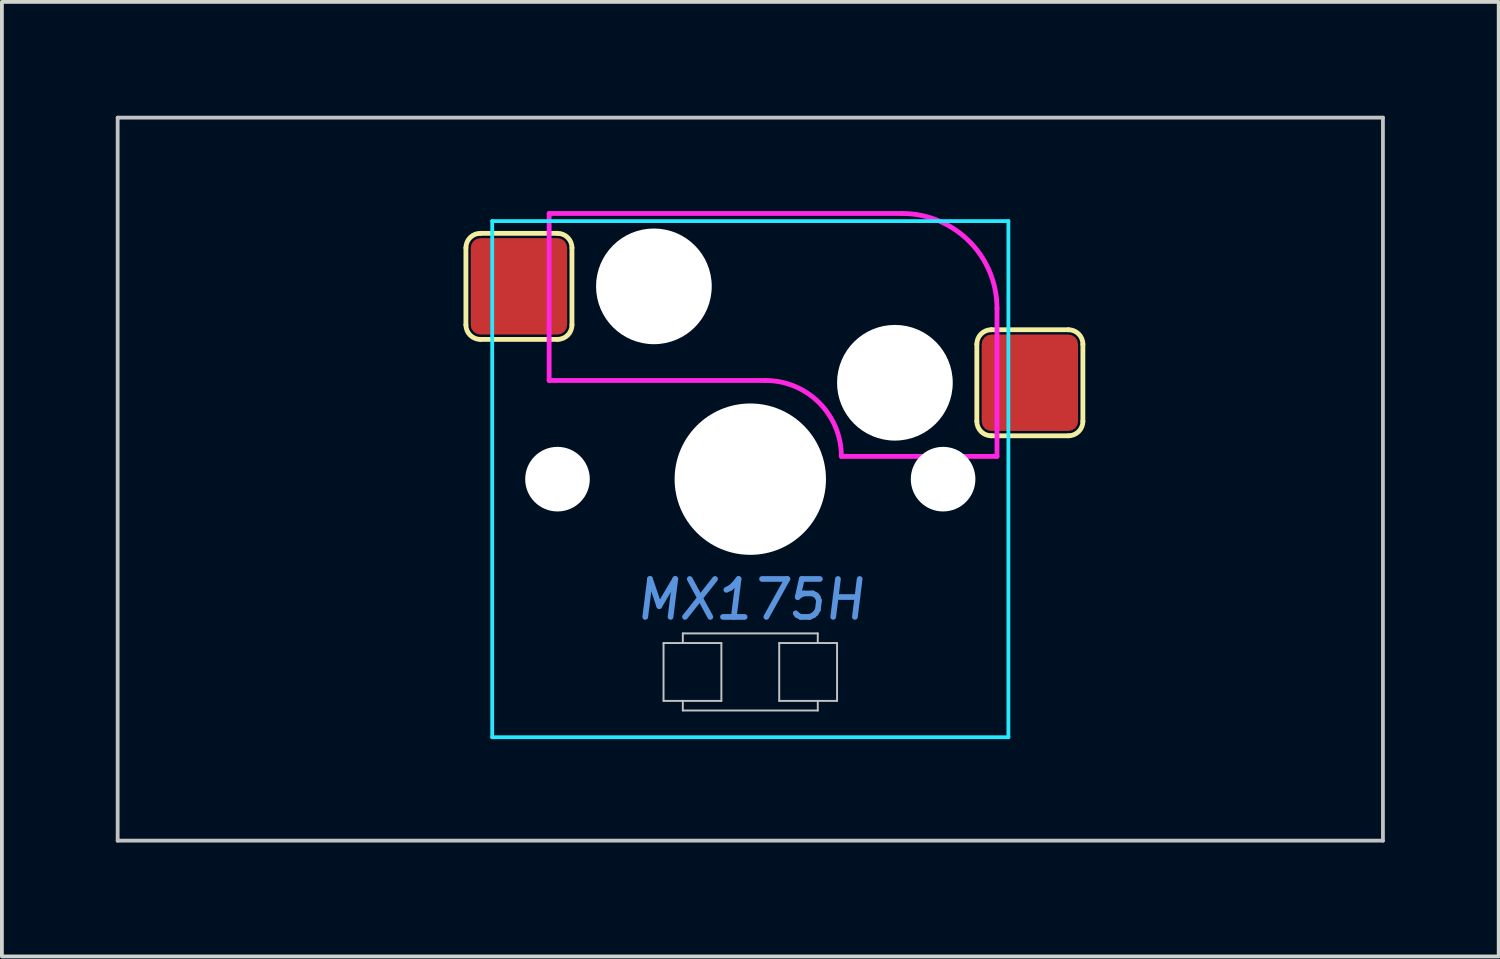
<source format=kicad_pcb>
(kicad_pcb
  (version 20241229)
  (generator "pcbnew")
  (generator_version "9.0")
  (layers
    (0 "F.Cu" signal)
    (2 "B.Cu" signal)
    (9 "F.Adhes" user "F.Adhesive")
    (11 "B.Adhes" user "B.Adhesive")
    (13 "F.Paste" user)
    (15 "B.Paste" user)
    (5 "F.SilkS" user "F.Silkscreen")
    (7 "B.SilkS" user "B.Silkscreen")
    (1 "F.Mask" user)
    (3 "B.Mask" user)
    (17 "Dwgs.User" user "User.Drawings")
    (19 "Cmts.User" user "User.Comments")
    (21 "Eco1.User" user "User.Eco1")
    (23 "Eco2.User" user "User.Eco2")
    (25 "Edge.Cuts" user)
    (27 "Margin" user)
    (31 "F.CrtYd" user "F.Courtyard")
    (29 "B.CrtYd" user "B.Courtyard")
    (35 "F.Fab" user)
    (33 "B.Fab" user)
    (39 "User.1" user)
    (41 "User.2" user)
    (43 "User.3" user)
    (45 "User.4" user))
  (footprint "MX175H"
    (layer "F.Cu")
    (at 16.719 9.575)
    (property "Reference" "MX175H" (at 0 3.175 0) (layer "Cmts.User") (effects (font (size 1 1) (thickness 0.15) (italic yes))))
    (attr smd)
    (fp_line (start -7.493 -6.096) (end -7.493 -4.064) (stroke (width 0.127) (type solid)) (layer "F.SilkS"))
    (fp_line (start -5.08 -6.477) (end -7.112 -6.477) (stroke (width 0.127) (type solid)) (layer "F.SilkS"))
    (fp_line (start -5.08 -3.683) (end -7.112 -3.683) (stroke (width 0.127) (type solid)) (layer "F.SilkS"))
    (fp_line (start -4.699 -6.096) (end -4.699 -4.064) (stroke (width 0.127) (type solid)) (layer "F.SilkS"))
    (fp_line (start 5.969 -3.556) (end 5.969 -1.524) (stroke (width 0.127) (type solid)) (layer "F.SilkS"))
    (fp_line (start 8.382 -3.937) (end 6.35 -3.937) (stroke (width 0.127) (type solid)) (layer "F.SilkS"))
    (fp_line (start 8.382 -1.143) (end 6.35 -1.143) (stroke (width 0.127) (type solid)) (layer "F.SilkS"))
    (fp_line (start 8.763 -3.556) (end 8.763 -1.524) (stroke (width 0.127) (type solid)) (layer "F.SilkS"))
    (fp_arc (start -7.493 -6.096) (mid -7.381408 -6.365408) (end -7.112 -6.477) (stroke (width 0.127) (type solid)) (layer "F.SilkS"))
    (fp_arc (start -7.112 -3.683) (mid -7.381408 -3.794592) (end -7.493 -4.064) (stroke (width 0.127) (type solid)) (layer "F.SilkS"))
    (fp_arc (start -5.08 -6.477) (mid -4.810592 -6.365408) (end -4.699 -6.096) (stroke (width 0.127) (type solid)) (layer "F.SilkS"))
    (fp_arc (start -4.699 -4.064) (mid -4.810592 -3.794592) (end -5.08 -3.683) (stroke (width 0.127) (type solid)) (layer "F.SilkS"))
    (fp_arc (start 5.969 -3.556) (mid 6.080592 -3.825408) (end 6.35 -3.937) (stroke (width 0.127) (type solid)) (layer "F.SilkS"))
    (fp_arc (start 6.35 -1.143) (mid 6.080592 -1.254592) (end 5.969 -1.524) (stroke (width 0.127) (type solid)) (layer "F.SilkS"))
    (fp_arc (start 8.382 -3.937) (mid 8.651408 -3.825408) (end 8.763 -3.556) (stroke (width 0.127) (type solid)) (layer "F.SilkS"))
    (fp_arc (start 8.763 -1.524) (mid 8.651408 -1.254592) (end 8.382 -1.143) (stroke (width 0.127) (type solid)) (layer "F.SilkS"))
    (fp_line (start -16.669 -9.525) (end -16.669 9.525) (stroke (width 0.1) (type solid)) (layer "Dwgs.User"))
    (fp_line (start -16.669 -9.525) (end 16.669 -9.525) (stroke (width 0.1) (type solid)) (layer "Dwgs.User"))
    (fp_line (start -16.669 9.525) (end 16.669 9.525) (stroke (width 0.1) (type solid)) (layer "Dwgs.User"))
    (fp_line (start -2.286 4.318) (end -2.286 5.842) (stroke (width 0.051) (type solid)) (layer "Dwgs.User"))
    (fp_line (start -2.286 5.842) (end -0.762 5.842) (stroke (width 0.051) (type solid)) (layer "Dwgs.User"))
    (fp_line (start -1.778 4.064) (end -1.778 4.318) (stroke (width 0.051) (type solid)) (layer "Dwgs.User"))
    (fp_line (start -1.778 6.096) (end -1.778 5.842) (stroke (width 0.051) (type solid)) (layer "Dwgs.User"))
    (fp_line (start -1.778 6.096) (end 1.778 6.096) (stroke (width 0.051) (type solid)) (layer "Dwgs.User"))
    (fp_line (start -0.762 4.318) (end -2.286 4.318) (stroke (width 0.051) (type solid)) (layer "Dwgs.User"))
    (fp_line (start -0.762 5.842) (end -0.762 4.318) (stroke (width 0.051) (type solid)) (layer "Dwgs.User"))
    (fp_line (start 0.762 4.318) (end 2.286 4.318) (stroke (width 0.051) (type solid)) (layer "Dwgs.User"))
    (fp_line (start 0.762 5.842) (end 0.762 4.318) (stroke (width 0.051) (type solid)) (layer "Dwgs.User"))
    (fp_line (start 1.778 4.064) (end -1.778 4.064) (stroke (width 0.051) (type solid)) (layer "Dwgs.User"))
    (fp_line (start 1.778 4.318) (end 1.778 4.064) (stroke (width 0.051) (type solid)) (layer "Dwgs.User"))
    (fp_line (start 1.778 6.096) (end 1.778 5.842) (stroke (width 0.051) (type solid)) (layer "Dwgs.User"))
    (fp_line (start 2.286 4.318) (end 2.286 5.842) (stroke (width 0.051) (type solid)) (layer "Dwgs.User"))
    (fp_line (start 2.286 5.842) (end 0.762 5.842) (stroke (width 0.051) (type solid)) (layer "Dwgs.User"))
    (fp_line (start 16.669 9.525) (end 16.669 -9.525) (stroke (width 0.1) (type solid)) (layer "Dwgs.User"))
    (fp_line (start -8.001 -5.715) (end -8.001 -3.175) (stroke (width 0.1) (type solid)) (layer "Eco1.User"))
    (fp_line (start -8.001 5.715) (end -8.001 3.175) (stroke (width 0.1) (type solid)) (layer "Eco1.User"))
    (fp_line (start -7.747 -5.969) (end -7.239 -5.969) (stroke (width 0.1) (type solid)) (layer "Eco1.User"))
    (fp_line (start -7.747 -2.921) (end -7.239 -2.921) (stroke (width 0.1) (type solid)) (layer "Eco1.User"))
    (fp_line (start -7.747 2.921) (end -7.239 2.921) (stroke (width 0.1) (type solid)) (layer "Eco1.User"))
    (fp_line (start -7.747 5.969) (end -7.239 5.969) (stroke (width 0.1) (type solid)) (layer "Eco1.User"))
    (fp_line (start -6.985 -6.223) (end -6.985 -6.731) (stroke (width 0.1) (type solid)) (layer "Eco1.User"))
    (fp_line (start -6.985 -2.667) (end -6.985 2.667) (stroke (width 0.1) (type solid)) (layer "Eco1.User"))
    (fp_line (start -6.985 6.223) (end -6.985 6.731) (stroke (width 0.1) (type solid)) (layer "Eco1.User"))
    (fp_line (start -2.159 0) (end 2.159 0) (stroke (width 0.1) (type solid)) (layer "Eco1.User"))
    (fp_line (start 0 -2.286) (end 0 2.286) (stroke (width 0.1) (type solid)) (layer "Eco1.User"))
    (fp_line (start 6.731 -6.985) (end -6.731 -6.985) (stroke (width 0.1) (type solid)) (layer "Eco1.User"))
    (fp_line (start 6.731 6.985) (end -6.731 6.985) (stroke (width 0.1) (type solid)) (layer "Eco1.User"))
    (fp_line (start 6.985 -6.223) (end 6.985 -6.731) (stroke (width 0.1) (type solid)) (layer "Eco1.User"))
    (fp_line (start 6.985 2.667) (end 6.985 -2.667) (stroke (width 0.1) (type solid)) (layer "Eco1.User"))
    (fp_line (start 6.985 6.223) (end 6.985 6.731) (stroke (width 0.1) (type solid)) (layer "Eco1.User"))
    (fp_line (start 7.747 -5.969) (end 7.239 -5.969) (stroke (width 0.1) (type solid)) (layer "Eco1.User"))
    (fp_line (start 7.747 -2.921) (end 7.239 -2.921) (stroke (width 0.1) (type solid)) (layer "Eco1.User"))
    (fp_line (start 7.747 2.921) (end 7.239 2.921) (stroke (width 0.1) (type solid)) (layer "Eco1.User"))
    (fp_line (start 7.747 5.969) (end 7.239 5.969) (stroke (width 0.1) (type solid)) (layer "Eco1.User"))
    (fp_line (start 8.001 -5.715) (end 8.001 -3.175) (stroke (width 0.1) (type solid)) (layer "Eco1.User"))
    (fp_line (start 8.001 5.715) (end 8.001 3.175) (stroke (width 0.1) (type solid)) (layer "Eco1.User"))
    (fp_arc (start -8.001 -5.715) (mid -7.926605 -5.894605) (end -7.747 -5.969) (stroke (width 0.1) (type solid)) (layer "Eco1.User"))
    (fp_arc (start -8.001 3.175) (mid -7.926605 2.995395) (end -7.747 2.921) (stroke (width 0.1) (type solid)) (layer "Eco1.User"))
    (fp_arc (start -7.747 -2.921) (mid -7.926605 -2.995395) (end -8.001 -3.175) (stroke (width 0.1) (type solid)) (layer "Eco1.User"))
    (fp_arc (start -7.747 5.969) (mid -7.926605 5.894605) (end -8.001 5.715) (stroke (width 0.1) (type solid)) (layer "Eco1.User"))
    (fp_arc (start -7.239 -2.921) (mid -7.059395 -2.846605) (end -6.985 -2.667) (stroke (width 0.1) (type solid)) (layer "Eco1.User"))
    (fp_arc (start -7.239 5.969) (mid -7.059395 6.043395) (end -6.985 6.223) (stroke (width 0.1) (type solid)) (layer "Eco1.User"))
    (fp_arc (start -6.985 -6.731) (mid -6.910605 -6.910605) (end -6.731 -6.985) (stroke (width 0.1) (type solid)) (layer "Eco1.User"))
    (fp_arc (start -6.985 -6.223) (mid -7.059395 -6.043395) (end -7.239 -5.969) (stroke (width 0.1) (type solid)) (layer "Eco1.User"))
    (fp_arc (start -6.985 2.667) (mid -7.059395 2.846605) (end -7.239 2.921) (stroke (width 0.1) (type solid)) (layer "Eco1.User"))
    (fp_arc (start -6.731 6.985) (mid -6.910605 6.910605) (end -6.985 6.731) (stroke (width 0.1) (type solid)) (layer "Eco1.User"))
    (fp_arc (start 6.731 -6.985) (mid 6.910605 -6.910605) (end 6.985 -6.731) (stroke (width 0.1) (type solid)) (layer "Eco1.User"))
    (fp_arc (start 6.985 -2.667) (mid 7.059395 -2.846605) (end 7.239 -2.921) (stroke (width 0.1) (type solid)) (layer "Eco1.User"))
    (fp_arc (start 6.985 6.223) (mid 7.059395 6.043395) (end 7.239 5.969) (stroke (width 0.1) (type solid)) (layer "Eco1.User"))
    (fp_arc (start 6.985 6.731) (mid 6.910605 6.910605) (end 6.731 6.985) (stroke (width 0.1) (type solid)) (layer "Eco1.User"))
    (fp_arc (start 7.239 -5.969) (mid 7.059395 -6.043395) (end 6.985 -6.223) (stroke (width 0.1) (type solid)) (layer "Eco1.User"))
    (fp_arc (start 7.239 2.921) (mid 7.059395 2.846605) (end 6.985 2.667) (stroke (width 0.1) (type solid)) (layer "Eco1.User"))
    (fp_arc (start 7.747 -5.969) (mid 7.926605 -5.894605) (end 8.001 -5.715) (stroke (width 0.1) (type solid)) (layer "Eco1.User"))
    (fp_arc (start 7.747 2.921) (mid 7.926605 2.995395) (end 8.001 3.175) (stroke (width 0.1) (type solid)) (layer "Eco1.User"))
    (fp_arc (start 8.001 -3.175) (mid 7.926605 -2.995395) (end 7.747 -2.921) (stroke (width 0.1) (type solid)) (layer "Eco1.User"))
    (fp_arc (start 8.001 5.715) (mid 7.926605 5.894605) (end 7.747 5.969) (stroke (width 0.1) (type solid)) (layer "Eco1.User"))
    (fp_circle (center 0 0) (end 1.905 0) (stroke (width 0.1) (type solid)) (fill no) (layer "Eco1.User"))
    (fp_line (start -6.8 -6.8) (end -6.8 6.8) (stroke (width 0.1) (type solid)) (layer "B.CrtYd"))
    (fp_line (start -6.8 -6.8) (end 6.8 -6.8) (stroke (width 0.1) (type solid)) (layer "B.CrtYd"))
    (fp_line (start 6.8 6.8) (end -6.8 6.8) (stroke (width 0.1) (type solid)) (layer "B.CrtYd"))
    (fp_line (start 6.8 6.8) (end 6.8 -6.8) (stroke (width 0.1) (type solid)) (layer "B.CrtYd"))
    (fp_line (start -5.3 -7) (end -5.3 -2.6) (stroke (width 0.127) (type solid)) (layer "F.CrtYd"))
    (fp_line (start -5.3 -7) (end 4 -7) (stroke (width 0.127) (type solid)) (layer "F.CrtYd"))
    (fp_line (start 0.4 -2.6) (end -5.3 -2.6) (stroke (width 0.127) (type solid)) (layer "F.CrtYd"))
    (fp_line (start 6.5 -4.5) (end 6.5 -0.6) (stroke (width 0.127) (type solid)) (layer "F.CrtYd"))
    (fp_line (start 6.5 -0.6) (end 2.4 -0.6) (stroke (width 0.127) (type solid)) (layer "F.CrtYd"))
    (fp_arc (start 0.4 -2.6) (mid 1.814214 -2.014214) (end 2.4 -0.6) (stroke (width 0.127) (type solid)) (layer "F.CrtYd"))
    (fp_arc (start 4 -7) (mid 5.767767 -6.267767) (end 6.5 -4.5) (stroke (width 0.127) (type solid)) (layer "F.CrtYd"))
    (pad "" np_thru_hole circle (at -5.08 0) (size 1.702 1.702) (drill 1.702) (layers "*.Cu" "*.Mask"))
    (pad "" np_thru_hole circle (at -2.54 -5.08) (size 3.048 3.048) (drill 3.048) (layers "*.Cu" "*.Mask"))
    (pad "" np_thru_hole circle (at 0 0) (size 3.988 3.988) (drill 3.988) (layers "*.Cu" "*.Mask"))
    (pad "" np_thru_hole circle (at 3.81 -2.54 90) (size 3.048 3.048) (drill 3.048) (layers "*.Cu" "*.Mask"))
    (pad "" np_thru_hole circle (at 5.08 0) (size 1.702 1.702) (drill 1.702) (layers "*.Cu" "*.Mask"))
    (pad "1" smd roundrect (at -6.096 -5.08) (size 2.54 2.54) (layers "F.Cu" "F.Mask") (roundrect_rratio 0.1))
    (pad "2" smd roundrect (at 7.366 -2.54) (size 2.54 2.54) (layers "F.Cu" "F.Mask") (roundrect_rratio 0.1)))
  (gr_rect
    (start -3 -3)
    (end 36.438 22.15)
    (stroke (width 0.1) (type default))
    (fill no)
    (layer "Edge.Cuts")))
</source>
